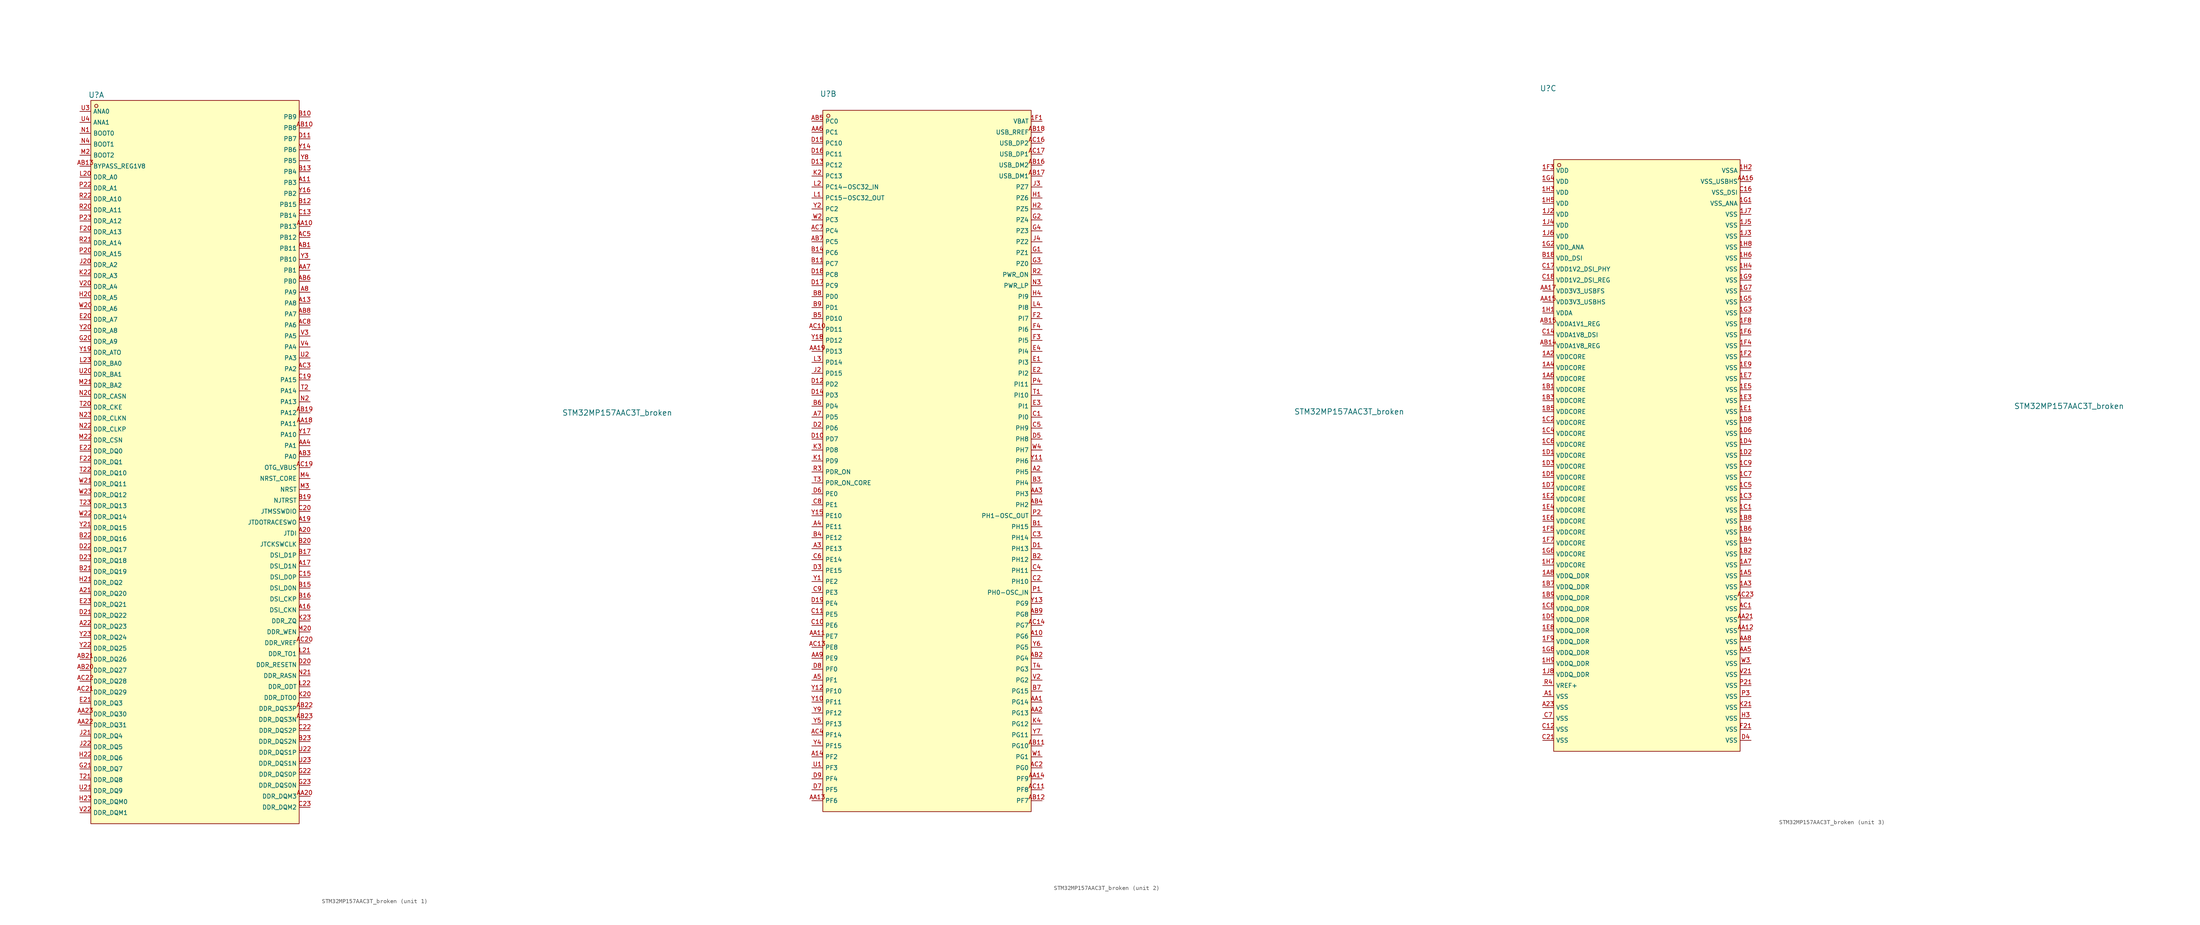
<source format=kicad_sym>
(kicad_symbol_lib
  (version 20220914)
  (generator kicad_symbol_editor)
  (symbol "STM32MP157AAC3T_broken"
    (property "Reference" "U"
      (at -22.86 85.09 0)
      (effects (font (size 1.27 1.27))))
    (property "Value" "STM32MP157AAC3T_broken"
      (at 97.79 11.43 0)
      (effects (font (size 1.27 1.27))))
    (symbol "STM32MP157AAC3T_broken_1_1"
      (rectangle (start -24.13 83.82) (end 24.13 -83.82) (stroke (width 0) (type default)) (fill (type background)))
      (circle (center -22.86 82.55) (radius 0.381) (stroke (width 0) (type default)) (fill (type background)))
      (pin unspecified line (at 26.67 64.77 180) (length 2.54) (name "PB3" (effects (font (size 1 1)))) (number "A11" (effects (font (size 1 1)))))
      (pin unspecified line (at 26.67 36.83 180) (length 2.54) (name "PA8" (effects (font (size 1 1)))) (number "A13" (effects (font (size 1 1)))))
      (pin unspecified line (at 26.67 -34.29 180) (length 2.54) (name "DSI_CKN" (effects (font (size 1 1)))) (number "A16" (effects (font (size 1 1)))))
      (pin unspecified line (at 26.67 -24.13 180) (length 2.54) (name "DSI_D1N" (effects (font (size 1 1)))) (number "A17" (effects (font (size 1 1)))))
      (pin unspecified line (at 26.67 -13.97 180) (length 2.54) (name "JTDOTRACESWO" (effects (font (size 1 1)))) (number "A19" (effects (font (size 1 1)))))
      (pin unspecified line (at 26.67 -16.51 180) (length 2.54) (name "JTDI" (effects (font (size 1 1)))) (number "A20" (effects (font (size 1 1)))))
      (pin unspecified line (at -26.67 -30.48 0) (length 2.54) (name "DDR_DQ20" (effects (font (size 1 1)))) (number "A21" (effects (font (size 1 1)))))
      (pin unspecified line (at -26.67 -38.1 0) (length 2.54) (name "DDR_DQ23" (effects (font (size 1 1)))) (number "A22" (effects (font (size 1 1)))))
      (pin unspecified line (at 26.67 39.37 180) (length 2.54) (name "PA9" (effects (font (size 1 1)))) (number "A8" (effects (font (size 1 1)))))
      (pin unspecified line (at 26.67 54.61 180) (length 2.54) (name "PB13" (effects (font (size 1 1)))) (number "AA10" (effects (font (size 1 1)))))
      (pin unspecified line (at 26.67 8.89 180) (length 2.54) (name "PA11" (effects (font (size 1 1)))) (number "AA18" (effects (font (size 1 1)))))
      (pin unspecified line (at 26.67 -77.47 180) (length 2.54) (name "DDR_DQM3" (effects (font (size 1 1)))) (number "AA20" (effects (font (size 1 1)))))
      (pin unspecified line (at -26.67 -60.96 0) (length 2.54) (name "DDR_DQ31" (effects (font (size 1 1)))) (number "AA22" (effects (font (size 1 1)))))
      (pin unspecified line (at -26.67 -58.42 0) (length 2.54) (name "DDR_DQ30" (effects (font (size 1 1)))) (number "AA23" (effects (font (size 1 1)))))
      (pin unspecified line (at 26.67 3.81 180) (length 2.54) (name "PA1" (effects (font (size 1 1)))) (number "AA4" (effects (font (size 1 1)))))
      (pin unspecified line (at 26.67 44.45 180) (length 2.54) (name "PB1" (effects (font (size 1 1)))) (number "AA7" (effects (font (size 1 1)))))
      (pin unspecified line (at 26.67 49.53 180) (length 2.54) (name "PB11" (effects (font (size 1 1)))) (number "AB1" (effects (font (size 1 1)))))
      (pin unspecified line (at 26.67 77.47 180) (length 2.54) (name "PB8" (effects (font (size 1 1)))) (number "AB10" (effects (font (size 1 1)))))
      (pin unspecified line (at -26.67 68.58 0) (length 2.54) (name "BYPASS_REG1V8" (effects (font (size 1 1)))) (number "AB13" (effects (font (size 1 1)))))
      (pin unspecified line (at 26.67 11.43 180) (length 2.54) (name "PA12" (effects (font (size 1 1)))) (number "AB19" (effects (font (size 1 1)))))
      (pin unspecified line (at -26.67 -48.26 0) (length 2.54) (name "DDR_DQ27" (effects (font (size 1 1)))) (number "AB20" (effects (font (size 1 1)))))
      (pin unspecified line (at -26.67 -45.72 0) (length 2.54) (name "DDR_DQ26" (effects (font (size 1 1)))) (number "AB21" (effects (font (size 1 1)))))
      (pin unspecified line (at 26.67 -57.15 180) (length 2.54) (name "DDR_DQS3P" (effects (font (size 1 1)))) (number "AB22" (effects (font (size 1 1)))))
      (pin unspecified line (at 26.67 -59.69 180) (length 2.54) (name "DDR_DQS3N" (effects (font (size 1 1)))) (number "AB23" (effects (font (size 1 1)))))
      (pin unspecified line (at 26.67 1.27 180) (length 2.54) (name "PA0" (effects (font (size 1 1)))) (number "AB3" (effects (font (size 1 1)))))
      (pin unspecified line (at 26.67 41.91 180) (length 2.54) (name "PB0" (effects (font (size 1 1)))) (number "AB6" (effects (font (size 1 1)))))
      (pin unspecified line (at 26.67 34.29 180) (length 2.54) (name "PA7" (effects (font (size 1 1)))) (number "AB8" (effects (font (size 1 1)))))
      (pin unspecified line (at 26.67 -1.27 180) (length 2.54) (name "OTG_VBUS" (effects (font (size 1 1)))) (number "AC19" (effects (font (size 1 1)))))
      (pin unspecified line (at 26.67 -41.91 180) (length 2.54) (name "DDR_VREF" (effects (font (size 1 1)))) (number "AC20" (effects (font (size 1 1)))))
      (pin unspecified line (at -26.67 -53.34 0) (length 2.54) (name "DDR_DQ29" (effects (font (size 1 1)))) (number "AC21" (effects (font (size 1 1)))))
      (pin unspecified line (at -26.67 -50.8 0) (length 2.54) (name "DDR_DQ28" (effects (font (size 1 1)))) (number "AC22" (effects (font (size 1 1)))))
      (pin unspecified line (at 26.67 21.59 180) (length 2.54) (name "PA2" (effects (font (size 1 1)))) (number "AC3" (effects (font (size 1 1)))))
      (pin unspecified line (at 26.67 52.07 180) (length 2.54) (name "PB12" (effects (font (size 1 1)))) (number "AC5" (effects (font (size 1 1)))))
      (pin unspecified line (at 26.67 31.75 180) (length 2.54) (name "PA6" (effects (font (size 1 1)))) (number "AC8" (effects (font (size 1 1)))))
      (pin unspecified line (at 26.67 80.01 180) (length 2.54) (name "PB9" (effects (font (size 1 1)))) (number "B10" (effects (font (size 1 1)))))
      (pin unspecified line (at 26.67 59.69 180) (length 2.54) (name "PB15" (effects (font (size 1 1)))) (number "B12" (effects (font (size 1 1)))))
      (pin unspecified line (at 26.67 67.31 180) (length 2.54) (name "PB4" (effects (font (size 1 1)))) (number "B13" (effects (font (size 1 1)))))
      (pin unspecified line (at 26.67 -29.21 180) (length 2.54) (name "DSI_D0N" (effects (font (size 1 1)))) (number "B15" (effects (font (size 1 1)))))
      (pin unspecified line (at 26.67 -31.75 180) (length 2.54) (name "DSI_CKP" (effects (font (size 1 1)))) (number "B16" (effects (font (size 1 1)))))
      (pin unspecified line (at 26.67 -21.59 180) (length 2.54) (name "DSI_D1P" (effects (font (size 1 1)))) (number "B17" (effects (font (size 1 1)))))
      (pin unspecified line (at 26.67 -8.89 180) (length 2.54) (name "NJTRST" (effects (font (size 1 1)))) (number "B19" (effects (font (size 1 1)))))
      (pin unspecified line (at 26.67 -19.05 180) (length 2.54) (name "JTCKSWCLK" (effects (font (size 1 1)))) (number "B20" (effects (font (size 1 1)))))
      (pin unspecified line (at -26.67 -25.4 0) (length 2.54) (name "DDR_DQ19" (effects (font (size 1 1)))) (number "B21" (effects (font (size 1 1)))))
      (pin unspecified line (at -26.67 -17.78 0) (length 2.54) (name "DDR_DQ16" (effects (font (size 1 1)))) (number "B22" (effects (font (size 1 1)))))
      (pin unspecified line (at 26.67 -64.77 180) (length 2.54) (name "DDR_DQS2N" (effects (font (size 1 1)))) (number "B23" (effects (font (size 1 1)))))
      (pin unspecified line (at 26.67 57.15 180) (length 2.54) (name "PB14" (effects (font (size 1 1)))) (number "C13" (effects (font (size 1 1)))))
      (pin unspecified line (at 26.67 -26.67 180) (length 2.54) (name "DSI_D0P" (effects (font (size 1 1)))) (number "C15" (effects (font (size 1 1)))))
      (pin unspecified line (at 26.67 19.05 180) (length 2.54) (name "PA15" (effects (font (size 1 1)))) (number "C19" (effects (font (size 1 1)))))
      (pin unspecified line (at 26.67 -11.43 180) (length 2.54) (name "JTMSSWDIO" (effects (font (size 1 1)))) (number "C20" (effects (font (size 1 1)))))
      (pin unspecified line (at 26.67 -62.23 180) (length 2.54) (name "DDR_DQS2P" (effects (font (size 1 1)))) (number "C22" (effects (font (size 1 1)))))
      (pin unspecified line (at 26.67 -80.01 180) (length 2.54) (name "DDR_DQM2" (effects (font (size 1 1)))) (number "C23" (effects (font (size 1 1)))))
      (pin unspecified line (at 26.67 74.93 180) (length 2.54) (name "PB7" (effects (font (size 1 1)))) (number "D11" (effects (font (size 1 1)))))
      (pin unspecified line (at 26.67 -46.99 180) (length 2.54) (name "DDR_RESETN" (effects (font (size 1 1)))) (number "D20" (effects (font (size 1 1)))))
      (pin unspecified line (at -26.67 -35.56 0) (length 2.54) (name "DDR_DQ22" (effects (font (size 1 1)))) (number "D21" (effects (font (size 1 1)))))
      (pin unspecified line (at -26.67 -20.32 0) (length 2.54) (name "DDR_DQ17" (effects (font (size 1 1)))) (number "D22" (effects (font (size 1 1)))))
      (pin unspecified line (at -26.67 -22.86 0) (length 2.54) (name "DDR_DQ18" (effects (font (size 1 1)))) (number "D23" (effects (font (size 1 1)))))
      (pin unspecified line (at -26.67 33.02 0) (length 2.54) (name "DDR_A7" (effects (font (size 1 1)))) (number "E20" (effects (font (size 1 1)))))
      (pin unspecified line (at -26.67 -55.88 0) (length 2.54) (name "DDR_DQ3" (effects (font (size 1 1)))) (number "E21" (effects (font (size 1 1)))))
      (pin unspecified line (at -26.67 2.54 0) (length 2.54) (name "DDR_DQ0" (effects (font (size 1 1)))) (number "E22" (effects (font (size 1 1)))))
      (pin unspecified line (at -26.67 -33.02 0) (length 2.54) (name "DDR_DQ21" (effects (font (size 1 1)))) (number "E23" (effects (font (size 1 1)))))
      (pin unspecified line (at -26.67 53.34 0) (length 2.54) (name "DDR_A13" (effects (font (size 1 1)))) (number "F20" (effects (font (size 1 1)))))
      (pin unspecified line (at -26.67 0 0) (length 2.54) (name "DDR_DQ1" (effects (font (size 1 1)))) (number "F22" (effects (font (size 1 1)))))
      (pin unspecified line (at -26.67 27.94 0) (length 2.54) (name "DDR_A9" (effects (font (size 1 1)))) (number "G20" (effects (font (size 1 1)))))
      (pin unspecified line (at -26.67 -71.12 0) (length 2.54) (name "DDR_DQ7" (effects (font (size 1 1)))) (number "G21" (effects (font (size 1 1)))))
      (pin unspecified line (at 26.67 -72.39 180) (length 2.54) (name "DDR_DQS0P" (effects (font (size 1 1)))) (number "G22" (effects (font (size 1 1)))))
      (pin unspecified line (at 26.67 -74.93 180) (length 2.54) (name "DDR_DQS0N" (effects (font (size 1 1)))) (number "G23" (effects (font (size 1 1)))))
      (pin unspecified line (at -26.67 38.1 0) (length 2.54) (name "DDR_A5" (effects (font (size 1 1)))) (number "H20" (effects (font (size 1 1)))))
      (pin unspecified line (at -26.67 -27.94 0) (length 2.54) (name "DDR_DQ2" (effects (font (size 1 1)))) (number "H21" (effects (font (size 1 1)))))
      (pin unspecified line (at -26.67 -68.58 0) (length 2.54) (name "DDR_DQ6" (effects (font (size 1 1)))) (number "H22" (effects (font (size 1 1)))))
      (pin unspecified line (at -26.67 -78.74 0) (length 2.54) (name "DDR_DQM0" (effects (font (size 1 1)))) (number "H23" (effects (font (size 1 1)))))
      (pin unspecified line (at -26.67 45.72 0) (length 2.54) (name "DDR_A2" (effects (font (size 1 1)))) (number "J20" (effects (font (size 1 1)))))
      (pin unspecified line (at -26.67 -63.5 0) (length 2.54) (name "DDR_DQ4" (effects (font (size 1 1)))) (number "J21" (effects (font (size 1 1)))))
      (pin unspecified line (at -26.67 -66.04 0) (length 2.54) (name "DDR_DQ5" (effects (font (size 1 1)))) (number "J22" (effects (font (size 1 1)))))
      (pin unspecified line (at 26.67 -54.61 180) (length 2.54) (name "DDR_DTO0" (effects (font (size 1 1)))) (number "K20" (effects (font (size 1 1)))))
      (pin unspecified line (at -26.67 43.18 0) (length 2.54) (name "DDR_A3" (effects (font (size 1 1)))) (number "K22" (effects (font (size 1 1)))))
      (pin unspecified line (at 26.67 -36.83 180) (length 2.54) (name "DDR_ZQ" (effects (font (size 1 1)))) (number "K23" (effects (font (size 1 1)))))
      (pin unspecified line (at -26.67 66.04 0) (length 2.54) (name "DDR_A0" (effects (font (size 1 1)))) (number "L20" (effects (font (size 1 1)))))
      (pin unspecified line (at 26.67 -44.45 180) (length 2.54) (name "DDR_TO1" (effects (font (size 1 1)))) (number "L21" (effects (font (size 1 1)))))
      (pin unspecified line (at 26.67 -52.07 180) (length 2.54) (name "DDR_ODT" (effects (font (size 1 1)))) (number "L22" (effects (font (size 1 1)))))
      (pin unspecified line (at -26.67 22.86 0) (length 2.54) (name "DDR_BA0" (effects (font (size 1 1)))) (number "L23" (effects (font (size 1 1)))))
      (pin unspecified line (at -26.67 71.12 0) (length 2.54) (name "BOOT2" (effects (font (size 1 1)))) (number "M2" (effects (font (size 1 1)))))
      (pin unspecified line (at 26.67 -39.37 180) (length 2.54) (name "DDR_WEN" (effects (font (size 1 1)))) (number "M20" (effects (font (size 1 1)))))
      (pin unspecified line (at -26.67 17.78 0) (length 2.54) (name "DDR_BA2" (effects (font (size 1 1)))) (number "M21" (effects (font (size 1 1)))))
      (pin unspecified line (at -26.67 5.08 0) (length 2.54) (name "DDR_CSN" (effects (font (size 1 1)))) (number "M22" (effects (font (size 1 1)))))
      (pin unspecified line (at 26.67 -6.35 180) (length 2.54) (name "NRST" (effects (font (size 1 1)))) (number "M3" (effects (font (size 1 1)))))
      (pin unspecified line (at 26.67 -3.81 180) (length 2.54) (name "NRST_CORE" (effects (font (size 1 1)))) (number "M4" (effects (font (size 1 1)))))
      (pin unspecified line (at -26.67 76.2 0) (length 2.54) (name "BOOT0" (effects (font (size 1 1)))) (number "N1" (effects (font (size 1 1)))))
      (pin unspecified line (at 26.67 13.97 180) (length 2.54) (name "PA13" (effects (font (size 1 1)))) (number "N2" (effects (font (size 1 1)))))
      (pin unspecified line (at -26.67 15.24 0) (length 2.54) (name "DDR_CASN" (effects (font (size 1 1)))) (number "N20" (effects (font (size 1 1)))))
      (pin unspecified line (at 26.67 -49.53 180) (length 2.54) (name "DDR_RASN" (effects (font (size 1 1)))) (number "N21" (effects (font (size 1 1)))))
      (pin unspecified line (at -26.67 7.62 0) (length 2.54) (name "DDR_CLKP" (effects (font (size 1 1)))) (number "N22" (effects (font (size 1 1)))))
      (pin unspecified line (at -26.67 10.16 0) (length 2.54) (name "DDR_CLKN" (effects (font (size 1 1)))) (number "N23" (effects (font (size 1 1)))))
      (pin unspecified line (at -26.67 73.66 0) (length 2.54) (name "BOOT1" (effects (font (size 1 1)))) (number "N4" (effects (font (size 1 1)))))
      (pin unspecified line (at -26.67 48.26 0) (length 2.54) (name "DDR_A15" (effects (font (size 1 1)))) (number "P20" (effects (font (size 1 1)))))
      (pin unspecified line (at -26.67 63.5 0) (length 2.54) (name "DDR_A1" (effects (font (size 1 1)))) (number "P22" (effects (font (size 1 1)))))
      (pin unspecified line (at -26.67 55.88 0) (length 2.54) (name "DDR_A12" (effects (font (size 1 1)))) (number "P23" (effects (font (size 1 1)))))
      (pin unspecified line (at -26.67 58.42 0) (length 2.54) (name "DDR_A11" (effects (font (size 1 1)))) (number "R20" (effects (font (size 1 1)))))
      (pin unspecified line (at -26.67 50.8 0) (length 2.54) (name "DDR_A14" (effects (font (size 1 1)))) (number "R21" (effects (font (size 1 1)))))
      (pin unspecified line (at -26.67 60.96 0) (length 2.54) (name "DDR_A10" (effects (font (size 1 1)))) (number "R22" (effects (font (size 1 1)))))
      (pin unspecified line (at 26.67 16.51 180) (length 2.54) (name "PA14" (effects (font (size 1 1)))) (number "T2" (effects (font (size 1 1)))))
      (pin unspecified line (at -26.67 12.7 0) (length 2.54) (name "DDR_CKE" (effects (font (size 1 1)))) (number "T20" (effects (font (size 1 1)))))
      (pin unspecified line (at -26.67 -73.66 0) (length 2.54) (name "DDR_DQ8" (effects (font (size 1 1)))) (number "T21" (effects (font (size 1 1)))))
      (pin unspecified line (at -26.67 -2.54 0) (length 2.54) (name "DDR_DQ10" (effects (font (size 1 1)))) (number "T22" (effects (font (size 1 1)))))
      (pin unspecified line (at -26.67 -10.16 0) (length 2.54) (name "DDR_DQ13" (effects (font (size 1 1)))) (number "T23" (effects (font (size 1 1)))))
      (pin unspecified line (at 26.67 24.13 180) (length 2.54) (name "PA3" (effects (font (size 1 1)))) (number "U2" (effects (font (size 1 1)))))
      (pin unspecified line (at -26.67 20.32 0) (length 2.54) (name "DDR_BA1" (effects (font (size 1 1)))) (number "U20" (effects (font (size 1 1)))))
      (pin unspecified line (at -26.67 -76.2 0) (length 2.54) (name "DDR_DQ9" (effects (font (size 1 1)))) (number "U21" (effects (font (size 1 1)))))
      (pin unspecified line (at 26.67 -67.31 180) (length 2.54) (name "DDR_DQS1P" (effects (font (size 1 1)))) (number "U22" (effects (font (size 1 1)))))
      (pin unspecified line (at 26.67 -69.85 180) (length 2.54) (name "DDR_DQS1N" (effects (font (size 1 1)))) (number "U23" (effects (font (size 1 1)))))
      (pin unspecified line (at -26.67 81.28 0) (length 2.54) (name "ANA0" (effects (font (size 1 1)))) (number "U3" (effects (font (size 1 1)))))
      (pin unspecified line (at -26.67 78.74 0) (length 2.54) (name "ANA1" (effects (font (size 1 1)))) (number "U4" (effects (font (size 1 1)))))
      (pin unspecified line (at -26.67 40.64 0) (length 2.54) (name "DDR_A4" (effects (font (size 1 1)))) (number "V20" (effects (font (size 1 1)))))
      (pin unspecified line (at -26.67 -81.28 0) (length 2.54) (name "DDR_DQM1" (effects (font (size 1 1)))) (number "V22" (effects (font (size 1 1)))))
      (pin unspecified line (at 26.67 29.21 180) (length 2.54) (name "PA5" (effects (font (size 1 1)))) (number "V3" (effects (font (size 1 1)))))
      (pin unspecified line (at 26.67 26.67 180) (length 2.54) (name "PA4" (effects (font (size 1 1)))) (number "V4" (effects (font (size 1 1)))))
      (pin unspecified line (at -26.67 35.56 0) (length 2.54) (name "DDR_A6" (effects (font (size 1 1)))) (number "W20" (effects (font (size 1 1)))))
      (pin unspecified line (at -26.67 -5.08 0) (length 2.54) (name "DDR_DQ11" (effects (font (size 1 1)))) (number "W21" (effects (font (size 1 1)))))
      (pin unspecified line (at -26.67 -12.7 0) (length 2.54) (name "DDR_DQ14" (effects (font (size 1 1)))) (number "W22" (effects (font (size 1 1)))))
      (pin unspecified line (at -26.67 -7.62 0) (length 2.54) (name "DDR_DQ12" (effects (font (size 1 1)))) (number "W23" (effects (font (size 1 1)))))
      (pin unspecified line (at 26.67 72.39 180) (length 2.54) (name "PB6" (effects (font (size 1 1)))) (number "Y14" (effects (font (size 1 1)))))
      (pin unspecified line (at 26.67 62.23 180) (length 2.54) (name "PB2" (effects (font (size 1 1)))) (number "Y16" (effects (font (size 1 1)))))
      (pin unspecified line (at 26.67 6.35 180) (length 2.54) (name "PA10" (effects (font (size 1 1)))) (number "Y17" (effects (font (size 1 1)))))
      (pin unspecified line (at -26.67 25.4 0) (length 2.54) (name "DDR_ATO" (effects (font (size 1 1)))) (number "Y19" (effects (font (size 1 1)))))
      (pin unspecified line (at -26.67 30.48 0) (length 2.54) (name "DDR_A8" (effects (font (size 1 1)))) (number "Y20" (effects (font (size 1 1)))))
      (pin unspecified line (at -26.67 -15.24 0) (length 2.54) (name "DDR_DQ15" (effects (font (size 1 1)))) (number "Y21" (effects (font (size 1 1)))))
      (pin unspecified line (at -26.67 -43.18 0) (length 2.54) (name "DDR_DQ25" (effects (font (size 1 1)))) (number "Y22" (effects (font (size 1 1)))))
      (pin unspecified line (at -26.67 -40.64 0) (length 2.54) (name "DDR_DQ24" (effects (font (size 1 1)))) (number "Y23" (effects (font (size 1 1)))))
      (pin unspecified line (at 26.67 46.99 180) (length 2.54) (name "PB10" (effects (font (size 1 1)))) (number "Y3" (effects (font (size 1 1)))))
      (pin unspecified line (at 26.67 69.85 180) (length 2.54) (name "PB5" (effects (font (size 1 1)))) (number "Y8" (effects (font (size 1 1))))))
    (symbol "STM32MP157AAC3T_broken_2_1"
      (rectangle (start -24.13 81.28) (end 24.13 -81.28) (stroke (width 0) (type default)) (fill (type background)))
      (circle (center -22.86 80.01) (radius 0.381) (stroke (width 0) (type default)) (fill (type background)))
      (pin unspecified line (at 26.67 78.74 180) (length 2.54) (name "VBAT" (effects (font (size 1 1)))) (number "1F1" (effects (font (size 1 1)))))
      (pin unspecified line (at 26.67 -40.64 180) (length 2.54) (name "PG6" (effects (font (size 1 1)))) (number "A10" (effects (font (size 1 1)))))
      (pin unspecified line (at -26.67 -68.58 0) (length 2.54) (name "PF2" (effects (font (size 1 1)))) (number "A14" (effects (font (size 1 1)))))
      (pin unspecified line (at 26.67 -2.54 180) (length 2.54) (name "PH5" (effects (font (size 1 1)))) (number "A2" (effects (font (size 1 1)))))
      (pin unspecified line (at -26.67 -20.32 0) (length 2.54) (name "PE13" (effects (font (size 1 1)))) (number "A3" (effects (font (size 1 1)))))
      (pin unspecified line (at -26.67 -15.24 0) (length 2.54) (name "PE11" (effects (font (size 1 1)))) (number "A4" (effects (font (size 1 1)))))
      (pin unspecified line (at -26.67 -50.8 0) (length 2.54) (name "PF1" (effects (font (size 1 1)))) (number "A5" (effects (font (size 1 1)))))
      (pin unspecified line (at -26.67 10.16 0) (length 2.54) (name "PD5" (effects (font (size 1 1)))) (number "A7" (effects (font (size 1 1)))))
      (pin unspecified line (at 26.67 -55.88 180) (length 2.54) (name "PG14" (effects (font (size 1 1)))) (number "AA1" (effects (font (size 1 1)))))
      (pin unspecified line (at -26.67 -40.64 0) (length 2.54) (name "PE7" (effects (font (size 1 1)))) (number "AA11" (effects (font (size 1 1)))))
      (pin unspecified line (at -26.67 -78.74 0) (length 2.54) (name "PF6" (effects (font (size 1 1)))) (number "AA13" (effects (font (size 1 1)))))
      (pin unspecified line (at 26.67 -73.66 180) (length 2.54) (name "PF9" (effects (font (size 1 1)))) (number "AA14" (effects (font (size 1 1)))))
      (pin unspecified line (at -26.67 25.4 0) (length 2.54) (name "PD13" (effects (font (size 1 1)))) (number "AA19" (effects (font (size 1 1)))))
      (pin unspecified line (at 26.67 -58.42 180) (length 2.54) (name "PG13" (effects (font (size 1 1)))) (number "AA2" (effects (font (size 1 1)))))
      (pin unspecified line (at 26.67 -7.62 180) (length 2.54) (name "PH3" (effects (font (size 1 1)))) (number "AA3" (effects (font (size 1 1)))))
      (pin unspecified line (at -26.67 76.2 0) (length 2.54) (name "PC1" (effects (font (size 1 1)))) (number "AA6" (effects (font (size 1 1)))))
      (pin unspecified line (at -26.67 -45.72 0) (length 2.54) (name "PE9" (effects (font (size 1 1)))) (number "AA9" (effects (font (size 1 1)))))
      (pin unspecified line (at 26.67 -66.04 180) (length 2.54) (name "PG10" (effects (font (size 1 1)))) (number "AB11" (effects (font (size 1 1)))))
      (pin unspecified line (at 26.67 -78.74 180) (length 2.54) (name "PF7" (effects (font (size 1 1)))) (number "AB12" (effects (font (size 1 1)))))
      (pin unspecified line (at 26.67 68.58 180) (length 2.54) (name "USB_DM2" (effects (font (size 1 1)))) (number "AB16" (effects (font (size 1 1)))))
      (pin unspecified line (at 26.67 66.04 180) (length 2.54) (name "USB_DM1" (effects (font (size 1 1)))) (number "AB17" (effects (font (size 1 1)))))
      (pin unspecified line (at 26.67 76.2 180) (length 2.54) (name "USB_RREF" (effects (font (size 1 1)))) (number "AB18" (effects (font (size 1 1)))))
      (pin unspecified line (at 26.67 -45.72 180) (length 2.54) (name "PG4" (effects (font (size 1 1)))) (number "AB2" (effects (font (size 1 1)))))
      (pin unspecified line (at 26.67 -10.16 180) (length 2.54) (name "PH2" (effects (font (size 1 1)))) (number "AB4" (effects (font (size 1 1)))))
      (pin unspecified line (at -26.67 78.74 0) (length 2.54) (name "PC0" (effects (font (size 1 1)))) (number "AB5" (effects (font (size 1 1)))))
      (pin unspecified line (at -26.67 50.8 0) (length 2.54) (name "PC5" (effects (font (size 1 1)))) (number "AB7" (effects (font (size 1 1)))))
      (pin unspecified line (at 26.67 -35.56 180) (length 2.54) (name "PG8" (effects (font (size 1 1)))) (number "AB9" (effects (font (size 1 1)))))
      (pin unspecified line (at -26.67 30.48 0) (length 2.54) (name "PD11" (effects (font (size 1 1)))) (number "AC10" (effects (font (size 1 1)))))
      (pin unspecified line (at 26.67 -76.2 180) (length 2.54) (name "PF8" (effects (font (size 1 1)))) (number "AC11" (effects (font (size 1 1)))))
      (pin unspecified line (at -26.67 -43.18 0) (length 2.54) (name "PE8" (effects (font (size 1 1)))) (number "AC13" (effects (font (size 1 1)))))
      (pin unspecified line (at 26.67 -38.1 180) (length 2.54) (name "PG7" (effects (font (size 1 1)))) (number "AC14" (effects (font (size 1 1)))))
      (pin unspecified line (at 26.67 73.66 180) (length 2.54) (name "USB_DP2" (effects (font (size 1 1)))) (number "AC16" (effects (font (size 1 1)))))
      (pin unspecified line (at 26.67 71.12 180) (length 2.54) (name "USB_DP1" (effects (font (size 1 1)))) (number "AC17" (effects (font (size 1 1)))))
      (pin unspecified line (at 26.67 -71.12 180) (length 2.54) (name "PG0" (effects (font (size 1 1)))) (number "AC2" (effects (font (size 1 1)))))
      (pin unspecified line (at -26.67 -63.5 0) (length 2.54) (name "PF14" (effects (font (size 1 1)))) (number "AC4" (effects (font (size 1 1)))))
      (pin unspecified line (at -26.67 53.34 0) (length 2.54) (name "PC4" (effects (font (size 1 1)))) (number "AC7" (effects (font (size 1 1)))))
      (pin unspecified line (at 26.67 -15.24 180) (length 2.54) (name "PH15" (effects (font (size 1 1)))) (number "B1" (effects (font (size 1 1)))))
      (pin unspecified line (at -26.67 45.72 0) (length 2.54) (name "PC7" (effects (font (size 1 1)))) (number "B11" (effects (font (size 1 1)))))
      (pin unspecified line (at -26.67 48.26 0) (length 2.54) (name "PC6" (effects (font (size 1 1)))) (number "B14" (effects (font (size 1 1)))))
      (pin unspecified line (at 26.67 -22.86 180) (length 2.54) (name "PH12" (effects (font (size 1 1)))) (number "B2" (effects (font (size 1 1)))))
      (pin unspecified line (at 26.67 -5.08 180) (length 2.54) (name "PH4" (effects (font (size 1 1)))) (number "B3" (effects (font (size 1 1)))))
      (pin unspecified line (at -26.67 -17.78 0) (length 2.54) (name "PE12" (effects (font (size 1 1)))) (number "B4" (effects (font (size 1 1)))))
      (pin unspecified line (at -26.67 33.02 0) (length 2.54) (name "PD10" (effects (font (size 1 1)))) (number "B5" (effects (font (size 1 1)))))
      (pin unspecified line (at -26.67 12.7 0) (length 2.54) (name "PD4" (effects (font (size 1 1)))) (number "B6" (effects (font (size 1 1)))))
      (pin unspecified line (at 26.67 -53.34 180) (length 2.54) (name "PG15" (effects (font (size 1 1)))) (number "B7" (effects (font (size 1 1)))))
      (pin unspecified line (at -26.67 38.1 0) (length 2.54) (name "PD0" (effects (font (size 1 1)))) (number "B8" (effects (font (size 1 1)))))
      (pin unspecified line (at -26.67 35.56 0) (length 2.54) (name "PD1" (effects (font (size 1 1)))) (number "B9" (effects (font (size 1 1)))))
      (pin unspecified line (at 26.67 10.16 180) (length 2.54) (name "PI0" (effects (font (size 1 1)))) (number "C1" (effects (font (size 1 1)))))
      (pin unspecified line (at -26.67 -38.1 0) (length 2.54) (name "PE6" (effects (font (size 1 1)))) (number "C10" (effects (font (size 1 1)))))
      (pin unspecified line (at -26.67 -35.56 0) (length 2.54) (name "PE5" (effects (font (size 1 1)))) (number "C11" (effects (font (size 1 1)))))
      (pin unspecified line (at 26.67 -27.94 180) (length 2.54) (name "PH10" (effects (font (size 1 1)))) (number "C2" (effects (font (size 1 1)))))
      (pin unspecified line (at 26.67 -17.78 180) (length 2.54) (name "PH14" (effects (font (size 1 1)))) (number "C3" (effects (font (size 1 1)))))
      (pin unspecified line (at 26.67 -25.4 180) (length 2.54) (name "PH11" (effects (font (size 1 1)))) (number "C4" (effects (font (size 1 1)))))
      (pin unspecified line (at 26.67 7.62 180) (length 2.54) (name "PH9" (effects (font (size 1 1)))) (number "C5" (effects (font (size 1 1)))))
      (pin unspecified line (at -26.67 -22.86 0) (length 2.54) (name "PE14" (effects (font (size 1 1)))) (number "C6" (effects (font (size 1 1)))))
      (pin unspecified line (at -26.67 -10.16 0) (length 2.54) (name "PE1" (effects (font (size 1 1)))) (number "C8" (effects (font (size 1 1)))))
      (pin unspecified line (at -26.67 -30.48 0) (length 2.54) (name "PE3" (effects (font (size 1 1)))) (number "C9" (effects (font (size 1 1)))))
      (pin unspecified line (at 26.67 -20.32 180) (length 2.54) (name "PH13" (effects (font (size 1 1)))) (number "D1" (effects (font (size 1 1)))))
      (pin unspecified line (at -26.67 5.08 0) (length 2.54) (name "PD7" (effects (font (size 1 1)))) (number "D10" (effects (font (size 1 1)))))
      (pin unspecified line (at -26.67 17.78 0) (length 2.54) (name "PD2" (effects (font (size 1 1)))) (number "D12" (effects (font (size 1 1)))))
      (pin unspecified line (at -26.67 68.58 0) (length 2.54) (name "PC12" (effects (font (size 1 1)))) (number "D13" (effects (font (size 1 1)))))
      (pin unspecified line (at -26.67 15.24 0) (length 2.54) (name "PD3" (effects (font (size 1 1)))) (number "D14" (effects (font (size 1 1)))))
      (pin unspecified line (at -26.67 73.66 0) (length 2.54) (name "PC10" (effects (font (size 1 1)))) (number "D15" (effects (font (size 1 1)))))
      (pin unspecified line (at -26.67 71.12 0) (length 2.54) (name "PC11" (effects (font (size 1 1)))) (number "D16" (effects (font (size 1 1)))))
      (pin unspecified line (at -26.67 40.64 0) (length 2.54) (name "PC9" (effects (font (size 1 1)))) (number "D17" (effects (font (size 1 1)))))
      (pin unspecified line (at -26.67 43.18 0) (length 2.54) (name "PC8" (effects (font (size 1 1)))) (number "D18" (effects (font (size 1 1)))))
      (pin unspecified line (at -26.67 -33.02 0) (length 2.54) (name "PE4" (effects (font (size 1 1)))) (number "D19" (effects (font (size 1 1)))))
      (pin unspecified line (at -26.67 7.62 0) (length 2.54) (name "PD6" (effects (font (size 1 1)))) (number "D2" (effects (font (size 1 1)))))
      (pin unspecified line (at -26.67 -25.4 0) (length 2.54) (name "PE15" (effects (font (size 1 1)))) (number "D3" (effects (font (size 1 1)))))
      (pin unspecified line (at 26.67 5.08 180) (length 2.54) (name "PH8" (effects (font (size 1 1)))) (number "D5" (effects (font (size 1 1)))))
      (pin unspecified line (at -26.67 -7.62 0) (length 2.54) (name "PE0" (effects (font (size 1 1)))) (number "D6" (effects (font (size 1 1)))))
      (pin unspecified line (at -26.67 -76.2 0) (length 2.54) (name "PF5" (effects (font (size 1 1)))) (number "D7" (effects (font (size 1 1)))))
      (pin unspecified line (at -26.67 -48.26 0) (length 2.54) (name "PF0" (effects (font (size 1 1)))) (number "D8" (effects (font (size 1 1)))))
      (pin unspecified line (at -26.67 -73.66 0) (length 2.54) (name "PF4" (effects (font (size 1 1)))) (number "D9" (effects (font (size 1 1)))))
      (pin unspecified line (at 26.67 22.86 180) (length 2.54) (name "PI3" (effects (font (size 1 1)))) (number "E1" (effects (font (size 1 1)))))
      (pin unspecified line (at 26.67 20.32 180) (length 2.54) (name "PI2" (effects (font (size 1 1)))) (number "E2" (effects (font (size 1 1)))))
      (pin unspecified line (at 26.67 12.7 180) (length 2.54) (name "PI1" (effects (font (size 1 1)))) (number "E3" (effects (font (size 1 1)))))
      (pin unspecified line (at 26.67 25.4 180) (length 2.54) (name "PI4" (effects (font (size 1 1)))) (number "E4" (effects (font (size 1 1)))))
      (pin unspecified line (at 26.67 33.02 180) (length 2.54) (name "PI7" (effects (font (size 1 1)))) (number "F2" (effects (font (size 1 1)))))
      (pin unspecified line (at 26.67 27.94 180) (length 2.54) (name "PI5" (effects (font (size 1 1)))) (number "F3" (effects (font (size 1 1)))))
      (pin unspecified line (at 26.67 30.48 180) (length 2.54) (name "PI6" (effects (font (size 1 1)))) (number "F4" (effects (font (size 1 1)))))
      (pin unspecified line (at 26.67 48.26 180) (length 2.54) (name "PZ1" (effects (font (size 1 1)))) (number "G1" (effects (font (size 1 1)))))
      (pin unspecified line (at 26.67 55.88 180) (length 2.54) (name "PZ4" (effects (font (size 1 1)))) (number "G2" (effects (font (size 1 1)))))
      (pin unspecified line (at 26.67 45.72 180) (length 2.54) (name "PZ0" (effects (font (size 1 1)))) (number "G3" (effects (font (size 1 1)))))
      (pin unspecified line (at 26.67 53.34 180) (length 2.54) (name "PZ3" (effects (font (size 1 1)))) (number "G4" (effects (font (size 1 1)))))
      (pin unspecified line (at 26.67 60.96 180) (length 2.54) (name "PZ6" (effects (font (size 1 1)))) (number "H1" (effects (font (size 1 1)))))
      (pin unspecified line (at 26.67 58.42 180) (length 2.54) (name "PZ5" (effects (font (size 1 1)))) (number "H2" (effects (font (size 1 1)))))
      (pin unspecified line (at 26.67 38.1 180) (length 2.54) (name "PI9" (effects (font (size 1 1)))) (number "H4" (effects (font (size 1 1)))))
      (pin unspecified line (at -26.67 20.32 0) (length 2.54) (name "PD15" (effects (font (size 1 1)))) (number "J2" (effects (font (size 1 1)))))
      (pin unspecified line (at 26.67 63.5 180) (length 2.54) (name "PZ7" (effects (font (size 1 1)))) (number "J3" (effects (font (size 1 1)))))
      (pin unspecified line (at 26.67 50.8 180) (length 2.54) (name "PZ2" (effects (font (size 1 1)))) (number "J4" (effects (font (size 1 1)))))
      (pin unspecified line (at -26.67 0 0) (length 2.54) (name "PD9" (effects (font (size 1 1)))) (number "K1" (effects (font (size 1 1)))))
      (pin unspecified line (at -26.67 66.04 0) (length 2.54) (name "PC13" (effects (font (size 1 1)))) (number "K2" (effects (font (size 1 1)))))
      (pin unspecified line (at -26.67 2.54 0) (length 2.54) (name "PD8" (effects (font (size 1 1)))) (number "K3" (effects (font (size 1 1)))))
      (pin unspecified line (at 26.67 -60.96 180) (length 2.54) (name "PG12" (effects (font (size 1 1)))) (number "K4" (effects (font (size 1 1)))))
      (pin unspecified line (at -26.67 60.96 0) (length 2.54) (name "PC15-OSC32_OUT" (effects (font (size 1 1)))) (number "L1" (effects (font (size 1 1)))))
      (pin unspecified line (at -26.67 63.5 0) (length 2.54) (name "PC14-OSC32_IN" (effects (font (size 1 1)))) (number "L2" (effects (font (size 1 1)))))
      (pin unspecified line (at -26.67 22.86 0) (length 2.54) (name "PD14" (effects (font (size 1 1)))) (number "L3" (effects (font (size 1 1)))))
      (pin unspecified line (at 26.67 35.56 180) (length 2.54) (name "PI8" (effects (font (size 1 1)))) (number "L4" (effects (font (size 1 1)))))
      (pin unspecified line (at 26.67 40.64 180) (length 2.54) (name "PWR_LP" (effects (font (size 1 1)))) (number "N3" (effects (font (size 1 1)))))
      (pin unspecified line (at 26.67 -30.48 180) (length 2.54) (name "PH0-OSC_IN" (effects (font (size 1 1)))) (number "P1" (effects (font (size 1 1)))))
      (pin unspecified line (at 26.67 -12.7 180) (length 2.54) (name "PH1-OSC_OUT" (effects (font (size 1 1)))) (number "P2" (effects (font (size 1 1)))))
      (pin unspecified line (at 26.67 17.78 180) (length 2.54) (name "PI11" (effects (font (size 1 1)))) (number "P4" (effects (font (size 1 1)))))
      (pin unspecified line (at 26.67 43.18 180) (length 2.54) (name "PWR_ON" (effects (font (size 1 1)))) (number "R2" (effects (font (size 1 1)))))
      (pin unspecified line (at -26.67 -2.54 0) (length 2.54) (name "PDR_ON" (effects (font (size 1 1)))) (number "R3" (effects (font (size 1 1)))))
      (pin unspecified line (at 26.67 15.24 180) (length 2.54) (name "PI10" (effects (font (size 1 1)))) (number "T1" (effects (font (size 1 1)))))
      (pin unspecified line (at -26.67 -5.08 0) (length 2.54) (name "PDR_ON_CORE" (effects (font (size 1 1)))) (number "T3" (effects (font (size 1 1)))))
      (pin unspecified line (at 26.67 -48.26 180) (length 2.54) (name "PG3" (effects (font (size 1 1)))) (number "T4" (effects (font (size 1 1)))))
      (pin unspecified line (at -26.67 -71.12 0) (length 2.54) (name "PF3" (effects (font (size 1 1)))) (number "U1" (effects (font (size 1 1)))))
      (pin unspecified line (at 26.67 -50.8 180) (length 2.54) (name "PG2" (effects (font (size 1 1)))) (number "V2" (effects (font (size 1 1)))))
      (pin unspecified line (at 26.67 -68.58 180) (length 2.54) (name "PG1" (effects (font (size 1 1)))) (number "W1" (effects (font (size 1 1)))))
      (pin unspecified line (at -26.67 55.88 0) (length 2.54) (name "PC3" (effects (font (size 1 1)))) (number "W2" (effects (font (size 1 1)))))
      (pin unspecified line (at 26.67 2.54 180) (length 2.54) (name "PH7" (effects (font (size 1 1)))) (number "W4" (effects (font (size 1 1)))))
      (pin unspecified line (at -26.67 -27.94 0) (length 2.54) (name "PE2" (effects (font (size 1 1)))) (number "Y1" (effects (font (size 1 1)))))
      (pin unspecified line (at -26.67 -55.88 0) (length 2.54) (name "PF11" (effects (font (size 1 1)))) (number "Y10" (effects (font (size 1 1)))))
      (pin unspecified line (at 26.67 0 180) (length 2.54) (name "PH6" (effects (font (size 1 1)))) (number "Y11" (effects (font (size 1 1)))))
      (pin unspecified line (at -26.67 -53.34 0) (length 2.54) (name "PF10" (effects (font (size 1 1)))) (number "Y12" (effects (font (size 1 1)))))
      (pin unspecified line (at 26.67 -33.02 180) (length 2.54) (name "PG9" (effects (font (size 1 1)))) (number "Y13" (effects (font (size 1 1)))))
      (pin unspecified line (at -26.67 -12.7 0) (length 2.54) (name "PE10" (effects (font (size 1 1)))) (number "Y15" (effects (font (size 1 1)))))
      (pin unspecified line (at -26.67 27.94 0) (length 2.54) (name "PD12" (effects (font (size 1 1)))) (number "Y18" (effects (font (size 1 1)))))
      (pin unspecified line (at -26.67 58.42 0) (length 2.54) (name "PC2" (effects (font (size 1 1)))) (number "Y2" (effects (font (size 1 1)))))
      (pin unspecified line (at -26.67 -66.04 0) (length 2.54) (name "PF15" (effects (font (size 1 1)))) (number "Y4" (effects (font (size 1 1)))))
      (pin unspecified line (at -26.67 -60.96 0) (length 2.54) (name "PF13" (effects (font (size 1 1)))) (number "Y5" (effects (font (size 1 1)))))
      (pin unspecified line (at 26.67 -43.18 180) (length 2.54) (name "PG5" (effects (font (size 1 1)))) (number "Y6" (effects (font (size 1 1)))))
      (pin unspecified line (at 26.67 -63.5 180) (length 2.54) (name "PG11" (effects (font (size 1 1)))) (number "Y7" (effects (font (size 1 1)))))
      (pin unspecified line (at -26.67 -58.42 0) (length 2.54) (name "PF12" (effects (font (size 1 1)))) (number "Y9" (effects (font (size 1 1))))))
    (symbol "STM32MP157AAC3T_broken_3_1"
      (rectangle (start -21.59 68.58) (end 21.59 -68.58) (stroke (width 0) (type default)) (fill (type background)))
      (circle (center -20.32 67.31) (radius 0.381) (stroke (width 0) (type default)) (fill (type background)))
      (pin unspecified line (at -24.13 22.86 0) (length 2.54) (name "VDDCORE" (effects (font (size 1 1)))) (number "1A2" (effects (font (size 1 1)))))
      (pin unspecified line (at 24.13 -30.48 180) (length 2.54) (name "VSS" (effects (font (size 1 1)))) (number "1A3" (effects (font (size 1 1)))))
      (pin unspecified line (at -24.13 20.32 0) (length 2.54) (name "VDDCORE" (effects (font (size 1 1)))) (number "1A4" (effects (font (size 1 1)))))
      (pin unspecified line (at 24.13 -27.94 180) (length 2.54) (name "VSS" (effects (font (size 1 1)))) (number "1A5" (effects (font (size 1 1)))))
      (pin unspecified line (at -24.13 17.78 0) (length 2.54) (name "VDDCORE" (effects (font (size 1 1)))) (number "1A6" (effects (font (size 1 1)))))
      (pin unspecified line (at 24.13 -25.4 180) (length 2.54) (name "VSS" (effects (font (size 1 1)))) (number "1A7" (effects (font (size 1 1)))))
      (pin unspecified line (at -24.13 -27.94 0) (length 2.54) (name "VDDQ_DDR" (effects (font (size 1 1)))) (number "1A8" (effects (font (size 1 1)))))
      (pin unspecified line (at -24.13 15.24 0) (length 2.54) (name "VDDCORE" (effects (font (size 1 1)))) (number "1B1" (effects (font (size 1 1)))))
      (pin unspecified line (at 24.13 -22.86 180) (length 2.54) (name "VSS" (effects (font (size 1 1)))) (number "1B2" (effects (font (size 1 1)))))
      (pin unspecified line (at -24.13 12.7 0) (length 2.54) (name "VDDCORE" (effects (font (size 1 1)))) (number "1B3" (effects (font (size 1 1)))))
      (pin unspecified line (at 24.13 -20.32 180) (length 2.54) (name "VSS" (effects (font (size 1 1)))) (number "1B4" (effects (font (size 1 1)))))
      (pin unspecified line (at -24.13 10.16 0) (length 2.54) (name "VDDCORE" (effects (font (size 1 1)))) (number "1B5" (effects (font (size 1 1)))))
      (pin unspecified line (at 24.13 -17.78 180) (length 2.54) (name "VSS" (effects (font (size 1 1)))) (number "1B6" (effects (font (size 1 1)))))
      (pin unspecified line (at -24.13 -30.48 0) (length 2.54) (name "VDDQ_DDR" (effects (font (size 1 1)))) (number "1B7" (effects (font (size 1 1)))))
      (pin unspecified line (at 24.13 -15.24 180) (length 2.54) (name "VSS" (effects (font (size 1 1)))) (number "1B8" (effects (font (size 1 1)))))
      (pin unspecified line (at -24.13 -33.02 0) (length 2.54) (name "VDDQ_DDR" (effects (font (size 1 1)))) (number "1B9" (effects (font (size 1 1)))))
      (pin unspecified line (at 24.13 -12.7 180) (length 2.54) (name "VSS" (effects (font (size 1 1)))) (number "1C1" (effects (font (size 1 1)))))
      (pin unspecified line (at -24.13 7.62 0) (length 2.54) (name "VDDCORE" (effects (font (size 1 1)))) (number "1C2" (effects (font (size 1 1)))))
      (pin unspecified line (at 24.13 -10.16 180) (length 2.54) (name "VSS" (effects (font (size 1 1)))) (number "1C3" (effects (font (size 1 1)))))
      (pin unspecified line (at -24.13 5.08 0) (length 2.54) (name "VDDCORE" (effects (font (size 1 1)))) (number "1C4" (effects (font (size 1 1)))))
      (pin unspecified line (at 24.13 -7.62 180) (length 2.54) (name "VSS" (effects (font (size 1 1)))) (number "1C5" (effects (font (size 1 1)))))
      (pin unspecified line (at -24.13 2.54 0) (length 2.54) (name "VDDCORE" (effects (font (size 1 1)))) (number "1C6" (effects (font (size 1 1)))))
      (pin unspecified line (at 24.13 -5.08 180) (length 2.54) (name "VSS" (effects (font (size 1 1)))) (number "1C7" (effects (font (size 1 1)))))
      (pin unspecified line (at -24.13 -35.56 0) (length 2.54) (name "VDDQ_DDR" (effects (font (size 1 1)))) (number "1C8" (effects (font (size 1 1)))))
      (pin unspecified line (at 24.13 -2.54 180) (length 2.54) (name "VSS" (effects (font (size 1 1)))) (number "1C9" (effects (font (size 1 1)))))
      (pin unspecified line (at -24.13 0 0) (length 2.54) (name "VDDCORE" (effects (font (size 1 1)))) (number "1D1" (effects (font (size 1 1)))))
      (pin unspecified line (at 24.13 0 180) (length 2.54) (name "VSS" (effects (font (size 1 1)))) (number "1D2" (effects (font (size 1 1)))))
      (pin unspecified line (at -24.13 -2.54 0) (length 2.54) (name "VDDCORE" (effects (font (size 1 1)))) (number "1D3" (effects (font (size 1 1)))))
      (pin unspecified line (at 24.13 2.54 180) (length 2.54) (name "VSS" (effects (font (size 1 1)))) (number "1D4" (effects (font (size 1 1)))))
      (pin unspecified line (at -24.13 -5.08 0) (length 2.54) (name "VDDCORE" (effects (font (size 1 1)))) (number "1D5" (effects (font (size 1 1)))))
      (pin unspecified line (at 24.13 5.08 180) (length 2.54) (name "VSS" (effects (font (size 1 1)))) (number "1D6" (effects (font (size 1 1)))))
      (pin unspecified line (at -24.13 -7.62 0) (length 2.54) (name "VDDCORE" (effects (font (size 1 1)))) (number "1D7" (effects (font (size 1 1)))))
      (pin unspecified line (at 24.13 7.62 180) (length 2.54) (name "VSS" (effects (font (size 1 1)))) (number "1D8" (effects (font (size 1 1)))))
      (pin unspecified line (at -24.13 -38.1 0) (length 2.54) (name "VDDQ_DDR" (effects (font (size 1 1)))) (number "1D9" (effects (font (size 1 1)))))
      (pin unspecified line (at 24.13 10.16 180) (length 2.54) (name "VSS" (effects (font (size 1 1)))) (number "1E1" (effects (font (size 1 1)))))
      (pin unspecified line (at -24.13 -10.16 0) (length 2.54) (name "VDDCORE" (effects (font (size 1 1)))) (number "1E2" (effects (font (size 1 1)))))
      (pin unspecified line (at 24.13 12.7 180) (length 2.54) (name "VSS" (effects (font (size 1 1)))) (number "1E3" (effects (font (size 1 1)))))
      (pin unspecified line (at -24.13 -12.7 0) (length 2.54) (name "VDDCORE" (effects (font (size 1 1)))) (number "1E4" (effects (font (size 1 1)))))
      (pin unspecified line (at 24.13 15.24 180) (length 2.54) (name "VSS" (effects (font (size 1 1)))) (number "1E5" (effects (font (size 1 1)))))
      (pin unspecified line (at -24.13 -15.24 0) (length 2.54) (name "VDDCORE" (effects (font (size 1 1)))) (number "1E6" (effects (font (size 1 1)))))
      (pin unspecified line (at 24.13 17.78 180) (length 2.54) (name "VSS" (effects (font (size 1 1)))) (number "1E7" (effects (font (size 1 1)))))
      (pin unspecified line (at -24.13 -40.64 0) (length 2.54) (name "VDDQ_DDR" (effects (font (size 1 1)))) (number "1E8" (effects (font (size 1 1)))))
      (pin unspecified line (at 24.13 20.32 180) (length 2.54) (name "VSS" (effects (font (size 1 1)))) (number "1E9" (effects (font (size 1 1)))))
      (pin unspecified line (at 24.13 22.86 180) (length 2.54) (name "VSS" (effects (font (size 1 1)))) (number "1F2" (effects (font (size 1 1)))))
      (pin unspecified line (at -24.13 66.04 0) (length 2.54) (name "VDD" (effects (font (size 1 1)))) (number "1F3" (effects (font (size 1 1)))))
      (pin unspecified line (at 24.13 25.4 180) (length 2.54) (name "VSS" (effects (font (size 1 1)))) (number "1F4" (effects (font (size 1 1)))))
      (pin unspecified line (at -24.13 -17.78 0) (length 2.54) (name "VDDCORE" (effects (font (size 1 1)))) (number "1F5" (effects (font (size 1 1)))))
      (pin unspecified line (at 24.13 27.94 180) (length 2.54) (name "VSS" (effects (font (size 1 1)))) (number "1F6" (effects (font (size 1 1)))))
      (pin unspecified line (at -24.13 -20.32 0) (length 2.54) (name "VDDCORE" (effects (font (size 1 1)))) (number "1F7" (effects (font (size 1 1)))))
      (pin unspecified line (at 24.13 30.48 180) (length 2.54) (name "VSS" (effects (font (size 1 1)))) (number "1F8" (effects (font (size 1 1)))))
      (pin unspecified line (at -24.13 -43.18 0) (length 2.54) (name "VDDQ_DDR" (effects (font (size 1 1)))) (number "1F9" (effects (font (size 1 1)))))
      (pin unspecified line (at 24.13 58.42 180) (length 2.54) (name "VSS_ANA" (effects (font (size 1 1)))) (number "1G1" (effects (font (size 1 1)))))
      (pin unspecified line (at -24.13 48.26 0) (length 2.54) (name "VDD_ANA" (effects (font (size 1 1)))) (number "1G2" (effects (font (size 1 1)))))
      (pin unspecified line (at 24.13 33.02 180) (length 2.54) (name "VSS" (effects (font (size 1 1)))) (number "1G3" (effects (font (size 1 1)))))
      (pin unspecified line (at -24.13 63.5 0) (length 2.54) (name "VDD" (effects (font (size 1 1)))) (number "1G4" (effects (font (size 1 1)))))
      (pin unspecified line (at 24.13 35.56 180) (length 2.54) (name "VSS" (effects (font (size 1 1)))) (number "1G5" (effects (font (size 1 1)))))
      (pin unspecified line (at -24.13 -22.86 0) (length 2.54) (name "VDDCORE" (effects (font (size 1 1)))) (number "1G6" (effects (font (size 1 1)))))
      (pin unspecified line (at 24.13 38.1 180) (length 2.54) (name "VSS" (effects (font (size 1 1)))) (number "1G7" (effects (font (size 1 1)))))
      (pin unspecified line (at -24.13 -45.72 0) (length 2.54) (name "VDDQ_DDR" (effects (font (size 1 1)))) (number "1G8" (effects (font (size 1 1)))))
      (pin unspecified line (at 24.13 40.64 180) (length 2.54) (name "VSS" (effects (font (size 1 1)))) (number "1G9" (effects (font (size 1 1)))))
      (pin unspecified line (at -24.13 33.02 0) (length 2.54) (name "VDDA" (effects (font (size 1 1)))) (number "1H1" (effects (font (size 1 1)))))
      (pin unspecified line (at 24.13 66.04 180) (length 2.54) (name "VSSA" (effects (font (size 1 1)))) (number "1H2" (effects (font (size 1 1)))))
      (pin unspecified line (at -24.13 60.96 0) (length 2.54) (name "VDD" (effects (font (size 1 1)))) (number "1H3" (effects (font (size 1 1)))))
      (pin unspecified line (at 24.13 43.18 180) (length 2.54) (name "VSS" (effects (font (size 1 1)))) (number "1H4" (effects (font (size 1 1)))))
      (pin unspecified line (at -24.13 58.42 0) (length 2.54) (name "VDD" (effects (font (size 1 1)))) (number "1H5" (effects (font (size 1 1)))))
      (pin unspecified line (at 24.13 45.72 180) (length 2.54) (name "VSS" (effects (font (size 1 1)))) (number "1H6" (effects (font (size 1 1)))))
      (pin unspecified line (at -24.13 -25.4 0) (length 2.54) (name "VDDCORE" (effects (font (size 1 1)))) (number "1H7" (effects (font (size 1 1)))))
      (pin unspecified line (at 24.13 48.26 180) (length 2.54) (name "VSS" (effects (font (size 1 1)))) (number "1H8" (effects (font (size 1 1)))))
      (pin unspecified line (at -24.13 -48.26 0) (length 2.54) (name "VDDQ_DDR" (effects (font (size 1 1)))) (number "1H9" (effects (font (size 1 1)))))
      (pin unspecified line (at -24.13 55.88 0) (length 2.54) (name "VDD" (effects (font (size 1 1)))) (number "1J2" (effects (font (size 1 1)))))
      (pin unspecified line (at 24.13 50.8 180) (length 2.54) (name "VSS" (effects (font (size 1 1)))) (number "1J3" (effects (font (size 1 1)))))
      (pin unspecified line (at -24.13 53.34 0) (length 2.54) (name "VDD" (effects (font (size 1 1)))) (number "1J4" (effects (font (size 1 1)))))
      (pin unspecified line (at 24.13 53.34 180) (length 2.54) (name "VSS" (effects (font (size 1 1)))) (number "1J5" (effects (font (size 1 1)))))
      (pin unspecified line (at -24.13 50.8 0) (length 2.54) (name "VDD" (effects (font (size 1 1)))) (number "1J6" (effects (font (size 1 1)))))
      (pin unspecified line (at 24.13 55.88 180) (length 2.54) (name "VSS" (effects (font (size 1 1)))) (number "1J7" (effects (font (size 1 1)))))
      (pin unspecified line (at -24.13 -50.8 0) (length 2.54) (name "VDDQ_DDR" (effects (font (size 1 1)))) (number "1J8" (effects (font (size 1 1)))))
      (pin unspecified line (at -24.13 -55.88 0) (length 2.54) (name "VSS" (effects (font (size 1 1)))) (number "A1" (effects (font (size 1 1)))))
      (pin unspecified line (at -24.13 -58.42 0) (length 2.54) (name "VSS" (effects (font (size 1 1)))) (number "A23" (effects (font (size 1 1)))))
      (pin unspecified line (at 24.13 -40.64 180) (length 2.54) (name "VSS" (effects (font (size 1 1)))) (number "AA12" (effects (font (size 1 1)))))
      (pin unspecified line (at -24.13 35.56 0) (length 2.54) (name "VDD3V3_USBHS" (effects (font (size 1 1)))) (number "AA15" (effects (font (size 1 1)))))
      (pin unspecified line (at 24.13 63.5 180) (length 2.54) (name "VSS_USBHS" (effects (font (size 1 1)))) (number "AA16" (effects (font (size 1 1)))))
      (pin unspecified line (at -24.13 38.1 0) (length 2.54) (name "VDD3V3_USBFS" (effects (font (size 1 1)))) (number "AA17" (effects (font (size 1 1)))))
      (pin unspecified line (at 24.13 -38.1 180) (length 2.54) (name "VSS" (effects (font (size 1 1)))) (number "AA21" (effects (font (size 1 1)))))
      (pin unspecified line (at 24.13 -45.72 180) (length 2.54) (name "VSS" (effects (font (size 1 1)))) (number "AA5" (effects (font (size 1 1)))))
      (pin unspecified line (at 24.13 -43.18 180) (length 2.54) (name "VSS" (effects (font (size 1 1)))) (number "AA8" (effects (font (size 1 1)))))
      (pin unspecified line (at -24.13 25.4 0) (length 2.54) (name "VDDA1V8_REG" (effects (font (size 1 1)))) (number "AB14" (effects (font (size 1 1)))))
      (pin unspecified line (at -24.13 30.48 0) (length 2.54) (name "VDDA1V1_REG" (effects (font (size 1 1)))) (number "AB15" (effects (font (size 1 1)))))
      (pin unspecified line (at 24.13 -35.56 180) (length 2.54) (name "VSS" (effects (font (size 1 1)))) (number "AC1" (effects (font (size 1 1)))))
      (pin unspecified line (at 24.13 -33.02 180) (length 2.54) (name "VSS" (effects (font (size 1 1)))) (number "AC23" (effects (font (size 1 1)))))
      (pin unspecified line (at -24.13 45.72 0) (length 2.54) (name "VDD_DSI" (effects (font (size 1 1)))) (number "B18" (effects (font (size 1 1)))))
      (pin unspecified line (at -24.13 -63.5 0) (length 2.54) (name "VSS" (effects (font (size 1 1)))) (number "C12" (effects (font (size 1 1)))))
      (pin unspecified line (at -24.13 27.94 0) (length 2.54) (name "VDDA1V8_DSI" (effects (font (size 1 1)))) (number "C14" (effects (font (size 1 1)))))
      (pin unspecified line (at 24.13 60.96 180) (length 2.54) (name "VSS_DSI" (effects (font (size 1 1)))) (number "C16" (effects (font (size 1 1)))))
      (pin unspecified line (at -24.13 43.18 0) (length 2.54) (name "VDD1V2_DSI_PHY" (effects (font (size 1 1)))) (number "C17" (effects (font (size 1 1)))))
      (pin unspecified line (at -24.13 40.64 0) (length 2.54) (name "VDD1V2_DSI_REG" (effects (font (size 1 1)))) (number "C18" (effects (font (size 1 1)))))
      (pin unspecified line (at -24.13 -66.04 0) (length 2.54) (name "VSS" (effects (font (size 1 1)))) (number "C21" (effects (font (size 1 1)))))
      (pin unspecified line (at -24.13 -60.96 0) (length 2.54) (name "VSS" (effects (font (size 1 1)))) (number "C7" (effects (font (size 1 1)))))
      (pin unspecified line (at 24.13 -66.04 180) (length 2.54) (name "VSS" (effects (font (size 1 1)))) (number "D4" (effects (font (size 1 1)))))
      (pin unspecified line (at 24.13 -63.5 180) (length 2.54) (name "VSS" (effects (font (size 1 1)))) (number "F21" (effects (font (size 1 1)))))
      (pin unspecified line (at 24.13 -60.96 180) (length 2.54) (name "VSS" (effects (font (size 1 1)))) (number "H3" (effects (font (size 1 1)))))
      (pin unspecified line (at 24.13 -58.42 180) (length 2.54) (name "VSS" (effects (font (size 1 1)))) (number "K21" (effects (font (size 1 1)))))
      (pin unspecified line (at 24.13 -53.34 180) (length 2.54) (name "VSS" (effects (font (size 1 1)))) (number "P21" (effects (font (size 1 1)))))
      (pin unspecified line (at 24.13 -55.88 180) (length 2.54) (name "VSS" (effects (font (size 1 1)))) (number "P3" (effects (font (size 1 1)))))
      (pin unspecified line (at -24.13 -53.34 0) (length 2.54) (name "VREF+" (effects (font (size 1 1)))) (number "R4" (effects (font (size 1 1)))))
      (pin unspecified line (at 24.13 -50.8 180) (length 2.54) (name "VSS" (effects (font (size 1 1)))) (number "V21" (effects (font (size 1 1)))))
      (pin unspecified line (at 24.13 -48.26 180) (length 2.54) (name "VSS" (effects (font (size 1 1)))) (number "W3" (effects (font (size 1 1))))))))
</source>
